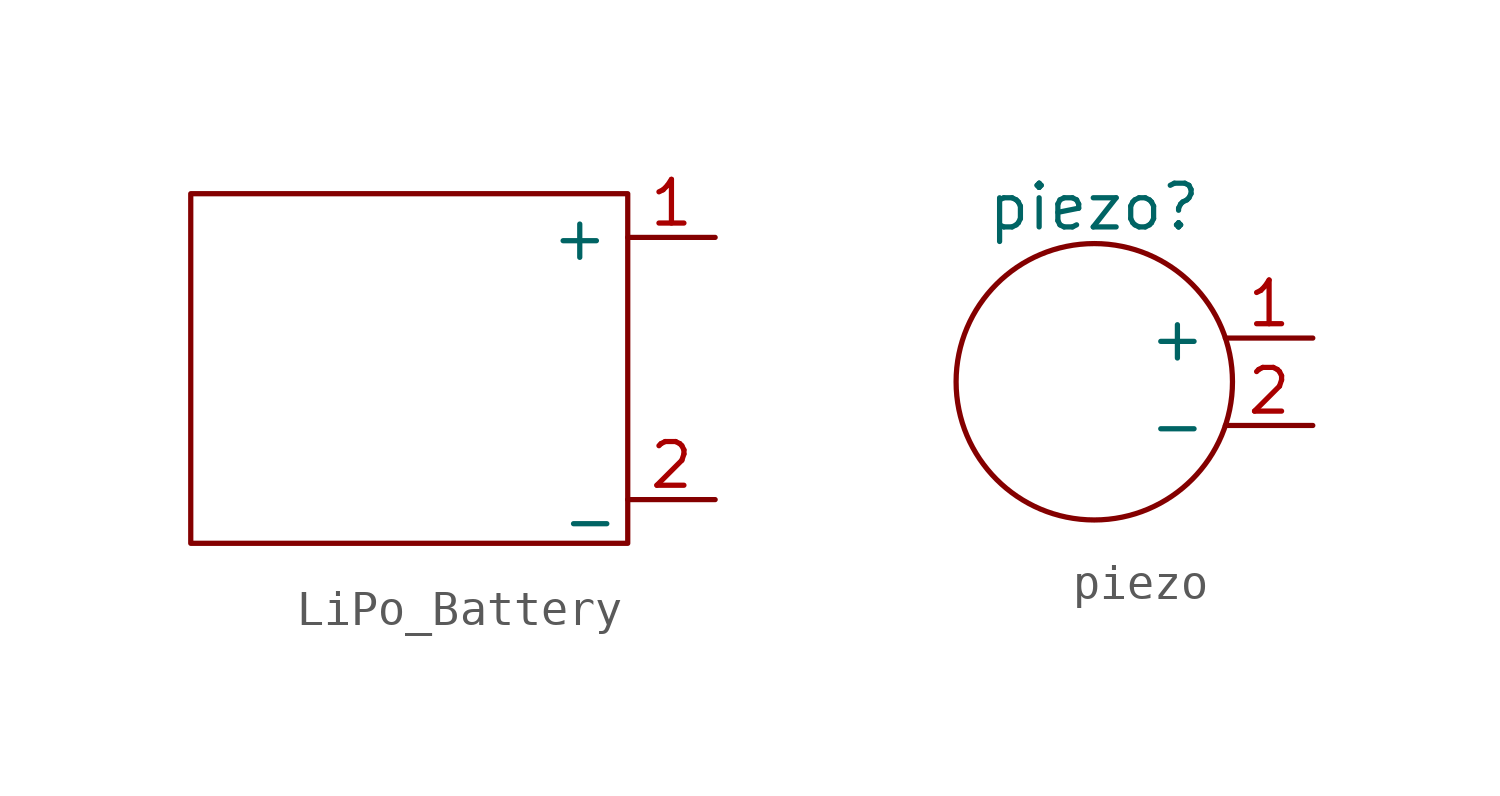
<source format=kicad_sym>
(kicad_symbol_lib
  (version 20241209)
  (generator "kicad_symbol_editor")
  (generator_version "9.0")
  (symbol "LiPo_Battery"
    (property "Reference" "U"
      (at 0 0 0)
      (effects (font (size 1.27 1.27)) (hide yes)))
    (property "Value" ""
      (at 0 0 0)
      (effects (font (size 1.27 1.27))))
    (symbol "LiPo_Battery_0_1"
      (rectangle (start -6.35 5.08) (end 6.35 -5.08) (stroke (width 0) (type default)) (fill (type none))))
    (symbol "LiPo_Battery_1_1"
      (pin output line (at 8.89 3.81 180) (length 2.54) (name "+" (effects (font (size 1.27 1.27)))) (number "1" (effects (font (size 1.27 1.27)))))
      (pin output line (at 8.89 -3.81 180) (length 2.54) (name "_" (effects (font (size 1.27 1.27)))) (number "2" (effects (font (size 1.27 1.27)))))))
  (symbol "piezo"
    (property "Reference" "piezo"
      (at 0 0 0)
      (effects (font (size 1.27 1.27))))
    (property "Value" ""
      (at 0 0 0)
      (effects (font (size 1.27 1.27))))
    (symbol "piezo_0_1"
      (circle (center 0 -5.08) (radius 4.016) (stroke (width 0) (type default)) (fill (type none))))
    (symbol "piezo_1_1"
      (pin output line (at 6.35 -3.81 180) (length 2.54) (name "+" (effects (font (size 1.27 1.27)))) (number "1" (effects (font (size 1.27 1.27)))))
      (pin output line (at 6.35 -6.35 180) (length 2.54) (name "-" (effects (font (size 1.27 1.27)))) (number "2" (effects (font (size 1.27 1.27))))))))
</source>
